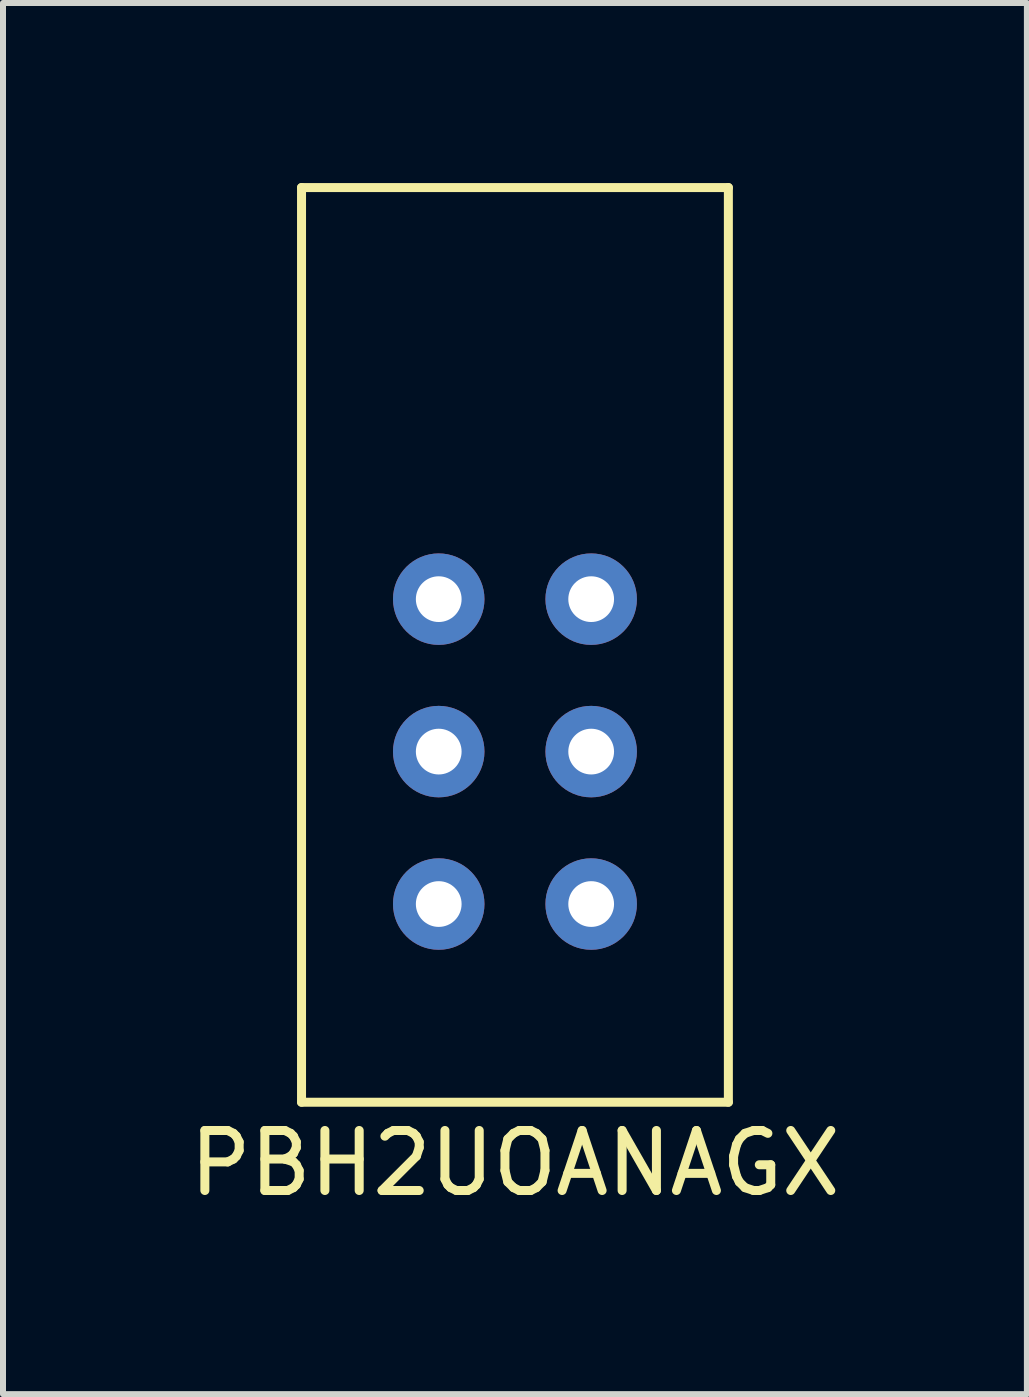
<source format=kicad_pcb>
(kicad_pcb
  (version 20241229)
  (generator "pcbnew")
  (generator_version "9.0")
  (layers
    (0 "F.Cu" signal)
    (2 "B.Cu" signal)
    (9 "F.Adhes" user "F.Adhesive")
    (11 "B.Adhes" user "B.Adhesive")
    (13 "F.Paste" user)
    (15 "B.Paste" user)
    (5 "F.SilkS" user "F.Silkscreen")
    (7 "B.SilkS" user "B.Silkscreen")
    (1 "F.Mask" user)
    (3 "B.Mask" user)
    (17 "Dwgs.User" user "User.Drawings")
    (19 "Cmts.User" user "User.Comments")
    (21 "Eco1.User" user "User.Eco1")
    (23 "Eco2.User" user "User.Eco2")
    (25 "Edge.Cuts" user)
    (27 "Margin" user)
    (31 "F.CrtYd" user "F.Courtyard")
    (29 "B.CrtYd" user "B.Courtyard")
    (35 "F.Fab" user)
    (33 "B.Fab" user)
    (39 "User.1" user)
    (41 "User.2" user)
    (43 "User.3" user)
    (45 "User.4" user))
  (footprint "PBH2UOANAGX"
    (layer "F.Cu")
    (at 5.53 9.473)
    (property "Reference" "PBH2UOANAGX" (at 0 6.858 0) (layer "F.SilkS") (effects (font (size 1 1) (thickness 0.15))))
    (attr through_hole)
    (fp_line (start -3.556 -9.398) (end 3.556 -9.398) (stroke (width 0.15) (type solid)) (layer "F.SilkS"))
    (fp_line (start -3.556 5.842) (end -3.556 -9.398) (stroke (width 0.15) (type solid)) (layer "F.SilkS"))
    (fp_line (start -3.556 5.842) (end 3.556 5.842) (stroke (width 0.15) (type solid)) (layer "F.SilkS"))
    (fp_line (start 3.556 5.842) (end 3.556 -9.398) (stroke (width 0.15) (type solid)) (layer "F.SilkS"))
    (pad "1" thru_hole circle (at 1.27 -2.54) (size 1.524 1.524) (drill 0.762) (layers "*.Cu" "*.Mask"))
    (pad "2" thru_hole circle (at 1.27 0) (size 1.524 1.524) (drill 0.762) (layers "*.Cu" "*.Mask"))
    (pad "3" thru_hole circle (at 1.27 2.54) (size 1.524 1.524) (drill 0.762) (layers "*.Cu" "*.Mask"))
    (pad "4" thru_hole circle (at -1.27 -2.54) (size 1.524 1.524) (drill 0.762) (layers "*.Cu" "*.Mask"))
    (pad "5" thru_hole circle (at -1.27 0) (size 1.524 1.524) (drill 0.762) (layers "*.Cu" "*.Mask"))
    (pad "6" thru_hole circle (at -1.27 2.54) (size 1.524 1.524) (drill 0.762) (layers "*.Cu" "*.Mask")))
  (gr_rect
    (start -3 -3)
    (end 14.06 20.179)
    (stroke (width 0.1) (type default))
    (fill no)
    (layer "Edge.Cuts")))
</source>
